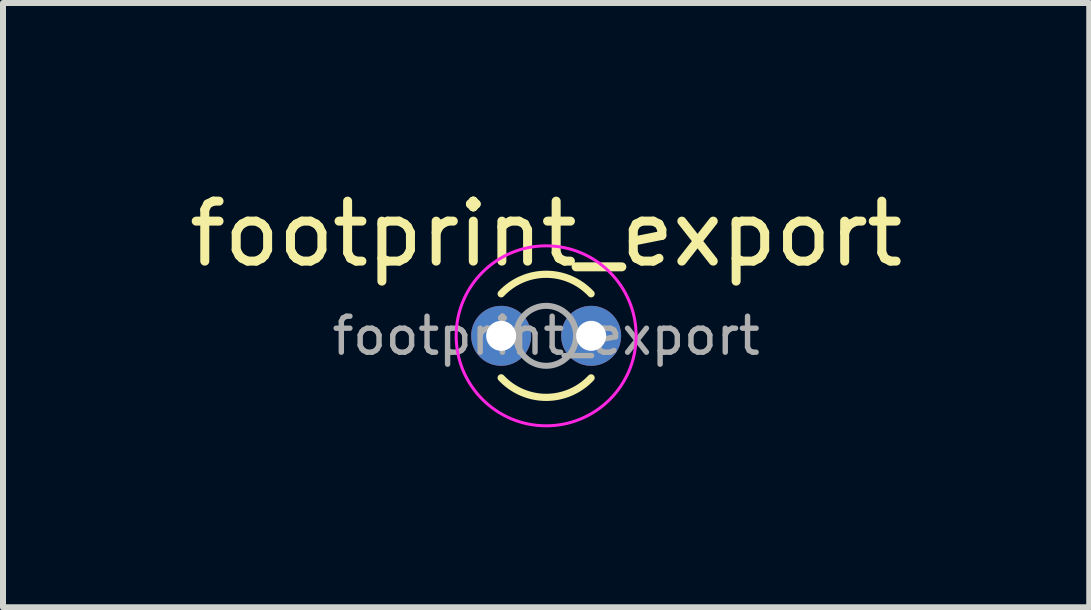
<source format=kicad_pcb>
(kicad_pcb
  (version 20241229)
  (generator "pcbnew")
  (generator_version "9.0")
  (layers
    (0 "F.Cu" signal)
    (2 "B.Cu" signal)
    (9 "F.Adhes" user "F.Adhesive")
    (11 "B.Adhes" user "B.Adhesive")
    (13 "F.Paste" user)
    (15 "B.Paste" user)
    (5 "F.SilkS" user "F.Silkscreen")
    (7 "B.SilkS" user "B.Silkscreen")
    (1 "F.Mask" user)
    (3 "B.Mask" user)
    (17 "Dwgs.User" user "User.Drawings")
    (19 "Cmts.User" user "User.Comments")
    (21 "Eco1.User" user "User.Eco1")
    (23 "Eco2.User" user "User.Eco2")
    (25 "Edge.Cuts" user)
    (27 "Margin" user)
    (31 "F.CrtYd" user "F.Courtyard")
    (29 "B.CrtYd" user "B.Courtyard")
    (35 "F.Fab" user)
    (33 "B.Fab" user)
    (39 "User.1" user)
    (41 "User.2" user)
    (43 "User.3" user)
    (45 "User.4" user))
  (footprint "footprint_export"
    (layer "F.Cu")
    (at 5.304 2.548)
    (property "Reference" "footprint_export" (at 0.75 -1.7 0) (layer "F.SilkS") (effects (font (size 1 1) (thickness 0.15))))
    (attr through_hole)
    (fp_arc (start 0 -0.7) (mid 0.749553 -1.025914) (end 1.49939 -0.700653) (stroke (width 0.12) (type solid)) (layer "F.SilkS"))
    (fp_arc (start 1.49939 0.700653) (mid 0.749553 1.025914) (end 0 0.7) (stroke (width 0.12) (type solid)) (layer "F.SilkS"))
    (fp_circle (center 0.75 0) (end 2.25 0) (stroke (width 0.05) (type solid)) (fill no) (layer "F.CrtYd"))
    (fp_circle (center 0.75 0) (end 1.25 0) (stroke (width 0.1) (type solid)) (fill no) (layer "F.Fab"))
    (fp_text user "${REFERENCE}" (at 0.75 0 0) (layer "F.Fab") (effects (font (size 0.6 0.6) (thickness 0.09))))
    (pad "1" thru_hole circle (at 0 0) (size 1 1) (drill 0.5) (layers "*.Cu" "*.Mask"))
    (pad "2" thru_hole circle (at 1.5 0) (size 1 1) (drill 0.5) (layers "*.Cu" "*.Mask")))
  (gr_rect
    (start -3 -3)
    (end 15.107 7.073)
    (stroke (width 0.1) (type default))
    (fill no)
    (layer "Edge.Cuts")))
</source>
